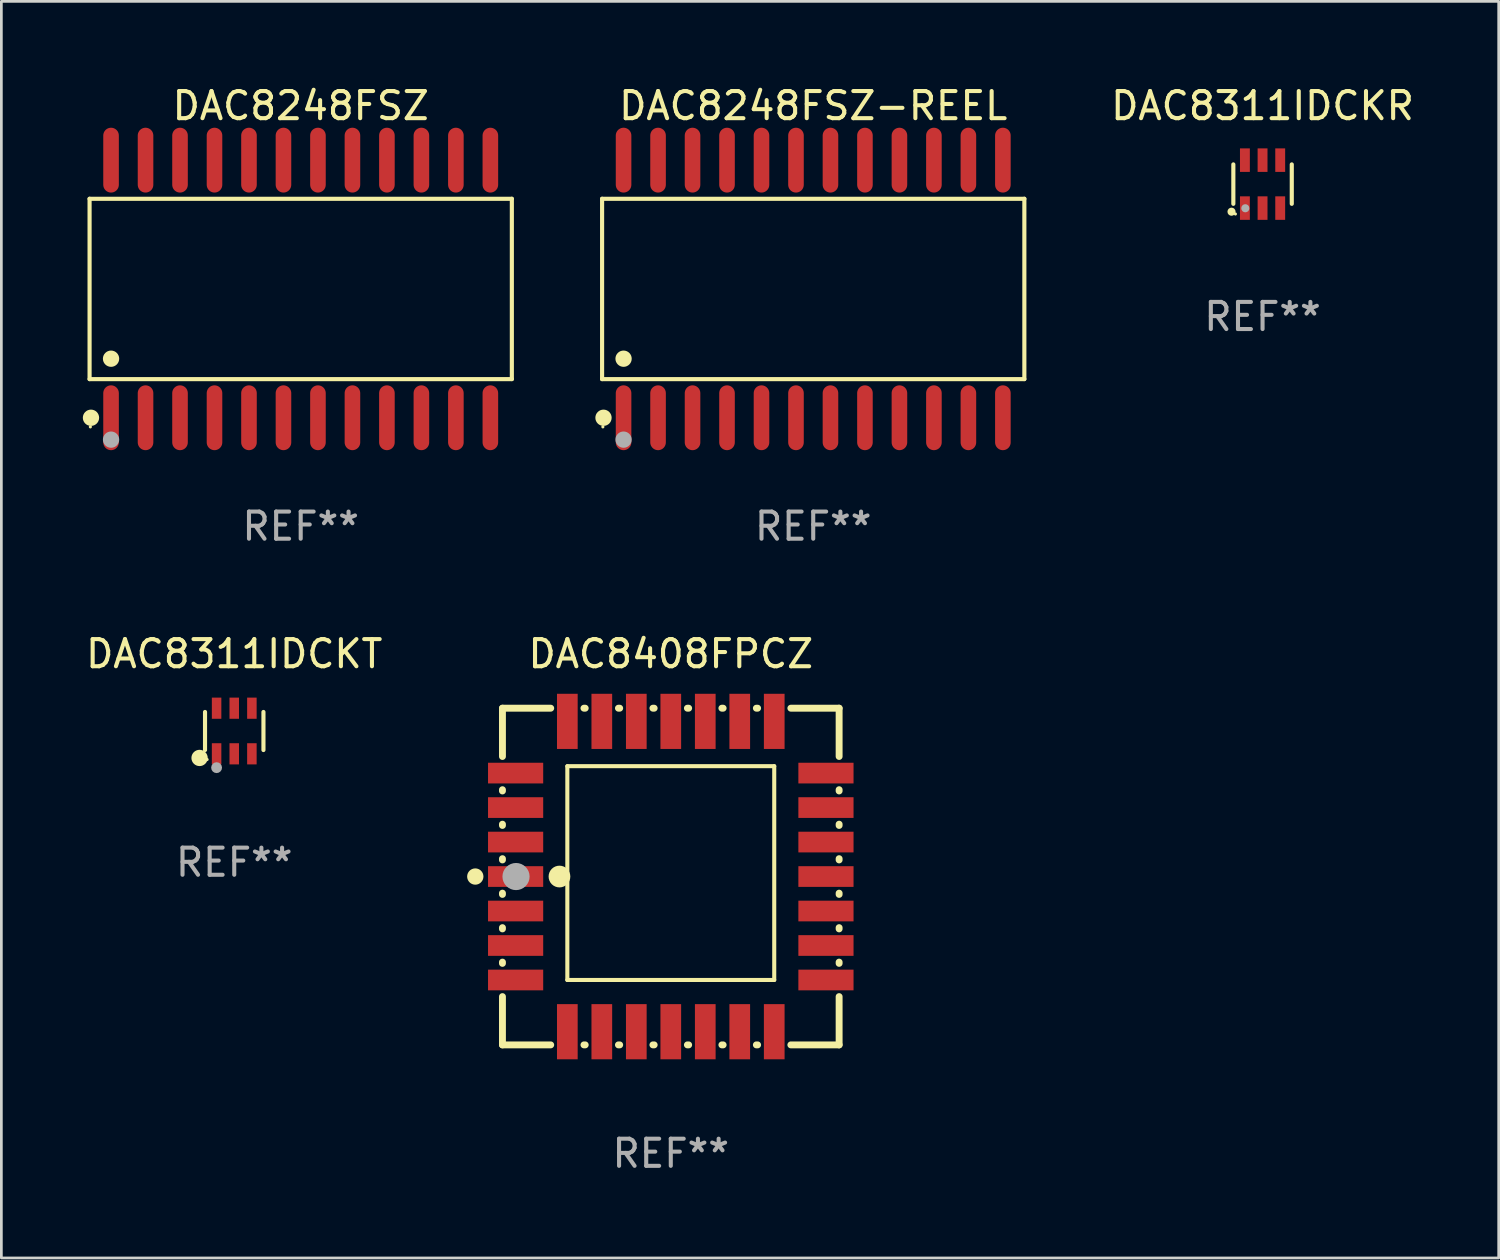
<source format=kicad_pcb>
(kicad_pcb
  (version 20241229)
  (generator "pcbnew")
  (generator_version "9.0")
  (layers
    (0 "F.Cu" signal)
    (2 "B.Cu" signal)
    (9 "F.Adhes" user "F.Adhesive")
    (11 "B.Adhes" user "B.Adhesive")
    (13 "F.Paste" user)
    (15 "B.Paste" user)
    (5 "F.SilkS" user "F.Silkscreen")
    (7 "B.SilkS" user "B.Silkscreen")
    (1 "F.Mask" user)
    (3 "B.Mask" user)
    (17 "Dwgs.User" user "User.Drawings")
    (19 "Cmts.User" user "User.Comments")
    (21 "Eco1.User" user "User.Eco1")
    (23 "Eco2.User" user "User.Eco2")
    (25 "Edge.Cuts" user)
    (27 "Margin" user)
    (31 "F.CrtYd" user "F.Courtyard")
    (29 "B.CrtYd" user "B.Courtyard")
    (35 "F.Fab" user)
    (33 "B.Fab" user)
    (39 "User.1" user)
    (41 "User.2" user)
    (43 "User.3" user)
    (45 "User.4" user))
  (footprint "DAC8248FSZ"
    (layer "F.Cu")
    (at 8.025 7.592)
    (property "Reference" "DAC8248FSZ" (at 0 -6.744 0) (layer "F.SilkS") (effects (font (size 1 1) (thickness 0.15))))
    (attr through_hole)
    (fp_line (start -7.776 -3.321) (end 7.776 -3.321) (stroke (width 0.152) (type solid)) (layer "F.SilkS"))
    (fp_line (start -7.776 3.321) (end -7.776 -3.321) (stroke (width 0.152) (type solid)) (layer "F.SilkS"))
    (fp_line (start 7.776 -3.321) (end 7.776 3.321) (stroke (width 0.152) (type solid)) (layer "F.SilkS"))
    (fp_line (start 7.776 3.321) (end -7.776 3.321) (stroke (width 0.152) (type solid)) (layer "F.SilkS"))
    (fp_circle (center -7.747 5.08) (end -7.717 5.08) (stroke (width 0.06) (type solid)) (fill no) (layer "F.SilkS"))
    (fp_circle (center -7.724 4.744) (end -7.574 4.744) (stroke (width 0.3) (type solid)) (fill no) (layer "F.SilkS"))
    (fp_circle (center -6.985 2.569) (end -6.835 2.569) (stroke (width 0.3) (type solid)) (fill no) (layer "F.SilkS"))
    (fp_circle (center -6.985 5.55) (end -6.835 5.55) (stroke (width 0.3) (type solid)) (fill no) (layer "F.Fab"))
    (fp_text user "REF**" (at 0 8.744 0) (layer "F.Fab") (effects (font (size 1 1) (thickness 0.15))))
    (pad "1" smd oval (at -6.985 4.744) (size 0.574 2.388) (layers "F.Cu" "F.Mask" "F.Paste"))
    (pad "2" smd oval (at -5.715 4.744) (size 0.574 2.388) (layers "F.Cu" "F.Mask" "F.Paste"))
    (pad "3" smd oval (at -4.445 4.744) (size 0.574 2.388) (layers "F.Cu" "F.Mask" "F.Paste"))
    (pad "4" smd oval (at -3.175 4.744) (size 0.574 2.388) (layers "F.Cu" "F.Mask" "F.Paste"))
    (pad "5" smd oval (at -1.905 4.744) (size 0.574 2.388) (layers "F.Cu" "F.Mask" "F.Paste"))
    (pad "6" smd oval (at -0.635 4.744) (size 0.574 2.388) (layers "F.Cu" "F.Mask" "F.Paste"))
    (pad "7" smd oval (at 0.635 4.744) (size 0.574 2.388) (layers "F.Cu" "F.Mask" "F.Paste"))
    (pad "8" smd oval (at 1.905 4.744) (size 0.574 2.388) (layers "F.Cu" "F.Mask" "F.Paste"))
    (pad "9" smd oval (at 3.175 4.744) (size 0.574 2.388) (layers "F.Cu" "F.Mask" "F.Paste"))
    (pad "10" smd oval (at 4.445 4.744) (size 0.574 2.388) (layers "F.Cu" "F.Mask" "F.Paste"))
    (pad "11" smd oval (at 5.715 4.744) (size 0.574 2.388) (layers "F.Cu" "F.Mask" "F.Paste"))
    (pad "12" smd oval (at 6.985 4.744) (size 0.574 2.388) (layers "F.Cu" "F.Mask" "F.Paste"))
    (pad "13" smd oval (at 6.985 -4.744) (size 0.574 2.388) (layers "F.Cu" "F.Mask" "F.Paste"))
    (pad "14" smd oval (at 5.715 -4.744) (size 0.574 2.388) (layers "F.Cu" "F.Mask" "F.Paste"))
    (pad "15" smd oval (at 4.445 -4.744) (size 0.574 2.388) (layers "F.Cu" "F.Mask" "F.Paste"))
    (pad "16" smd oval (at 3.175 -4.744) (size 0.574 2.388) (layers "F.Cu" "F.Mask" "F.Paste"))
    (pad "17" smd oval (at 1.905 -4.744) (size 0.574 2.388) (layers "F.Cu" "F.Mask" "F.Paste"))
    (pad "18" smd oval (at 0.635 -4.744) (size 0.574 2.388) (layers "F.Cu" "F.Mask" "F.Paste"))
    (pad "19" smd oval (at -0.635 -4.744) (size 0.574 2.388) (layers "F.Cu" "F.Mask" "F.Paste"))
    (pad "20" smd oval (at -1.905 -4.744) (size 0.574 2.388) (layers "F.Cu" "F.Mask" "F.Paste"))
    (pad "21" smd oval (at -3.175 -4.744) (size 0.574 2.388) (layers "F.Cu" "F.Mask" "F.Paste"))
    (pad "22" smd oval (at -4.445 -4.744) (size 0.574 2.388) (layers "F.Cu" "F.Mask" "F.Paste"))
    (pad "23" smd oval (at -5.715 -4.744) (size 0.574 2.388) (layers "F.Cu" "F.Mask" "F.Paste"))
    (pad "24" smd oval (at -6.985 -4.744) (size 0.574 2.388) (layers "F.Cu" "F.Mask" "F.Paste")))
  (footprint "DAC8408FPCZ"
    (layer "F.Cu")
    (at 21.655 29.233)
    (property "Reference" "DAC8408FPCZ" (at 0 -8.2 0) (layer "F.SilkS") (effects (font (size 1 1) (thickness 0.15))))
    (attr through_hole)
    (fp_line (start -6.2 -6.2) (end -4.422 -6.2) (stroke (width 0.254) (type solid)) (layer "F.SilkS"))
    (fp_line (start -6.2 -4.422) (end -6.2 -6.2) (stroke (width 0.254) (type solid)) (layer "F.SilkS"))
    (fp_line (start -6.2 -3.152) (end -6.2 -3.198) (stroke (width 0.254) (type solid)) (layer "F.SilkS"))
    (fp_line (start -6.2 -1.882) (end -6.2 -1.928) (stroke (width 0.254) (type solid)) (layer "F.SilkS"))
    (fp_line (start -6.2 -0.612) (end -6.2 -0.658) (stroke (width 0.254) (type solid)) (layer "F.SilkS"))
    (fp_line (start -6.2 0.658) (end -6.2 0.612) (stroke (width 0.254) (type solid)) (layer "F.SilkS"))
    (fp_line (start -6.2 1.928) (end -6.2 1.882) (stroke (width 0.254) (type solid)) (layer "F.SilkS"))
    (fp_line (start -6.2 3.198) (end -6.2 3.152) (stroke (width 0.254) (type solid)) (layer "F.SilkS"))
    (fp_line (start -6.2 6.2) (end -6.2 4.422) (stroke (width 0.254) (type solid)) (layer "F.SilkS"))
    (fp_line (start -4.422 6.2) (end -6.2 6.2) (stroke (width 0.254) (type solid)) (layer "F.SilkS"))
    (fp_line (start -3.81 -4.064) (end 3.81 -4.064) (stroke (width 0.15) (type solid)) (layer "F.SilkS"))
    (fp_line (start -3.81 3.81) (end -3.81 -4.064) (stroke (width 0.15) (type solid)) (layer "F.SilkS"))
    (fp_line (start -3.198 -6.2) (end -3.152 -6.2) (stroke (width 0.254) (type solid)) (layer "F.SilkS"))
    (fp_line (start -3.152 6.2) (end -3.198 6.2) (stroke (width 0.254) (type solid)) (layer "F.SilkS"))
    (fp_line (start -2.54 3.81) (end -3.81 3.81) (stroke (width 0.15) (type solid)) (layer "F.SilkS"))
    (fp_line (start -1.928 -6.2) (end -1.882 -6.2) (stroke (width 0.254) (type solid)) (layer "F.SilkS"))
    (fp_line (start -1.882 6.2) (end -1.928 6.2) (stroke (width 0.254) (type solid)) (layer "F.SilkS"))
    (fp_line (start -0.658 -6.2) (end -0.612 -6.2) (stroke (width 0.254) (type solid)) (layer "F.SilkS"))
    (fp_line (start -0.612 6.2) (end -0.658 6.2) (stroke (width 0.254) (type solid)) (layer "F.SilkS"))
    (fp_line (start 0.612 -6.2) (end 0.658 -6.2) (stroke (width 0.254) (type solid)) (layer "F.SilkS"))
    (fp_line (start 0.658 6.2) (end 0.612 6.2) (stroke (width 0.254) (type solid)) (layer "F.SilkS"))
    (fp_line (start 1.882 -6.2) (end 1.928 -6.2) (stroke (width 0.254) (type solid)) (layer "F.SilkS"))
    (fp_line (start 1.928 6.2) (end 1.882 6.2) (stroke (width 0.254) (type solid)) (layer "F.SilkS"))
    (fp_line (start 3.152 -6.2) (end 3.198 -6.2) (stroke (width 0.254) (type solid)) (layer "F.SilkS"))
    (fp_line (start 3.198 6.2) (end 3.152 6.2) (stroke (width 0.254) (type solid)) (layer "F.SilkS"))
    (fp_line (start 3.81 -4.064) (end 3.81 3.81) (stroke (width 0.15) (type solid)) (layer "F.SilkS"))
    (fp_line (start 3.81 3.81) (end -2.54 3.81) (stroke (width 0.15) (type solid)) (layer "F.SilkS"))
    (fp_line (start 4.422 -6.2) (end 6.2 -6.2) (stroke (width 0.254) (type solid)) (layer "F.SilkS"))
    (fp_line (start 6.2 -6.2) (end 6.2 -4.422) (stroke (width 0.254) (type solid)) (layer "F.SilkS"))
    (fp_line (start 6.2 -3.198) (end 6.2 -3.152) (stroke (width 0.254) (type solid)) (layer "F.SilkS"))
    (fp_line (start 6.2 -1.928) (end 6.2 -1.882) (stroke (width 0.254) (type solid)) (layer "F.SilkS"))
    (fp_line (start 6.2 -0.658) (end 6.2 -0.612) (stroke (width 0.254) (type solid)) (layer "F.SilkS"))
    (fp_line (start 6.2 0.612) (end 6.2 0.658) (stroke (width 0.254) (type solid)) (layer "F.SilkS"))
    (fp_line (start 6.2 1.882) (end 6.2 1.928) (stroke (width 0.254) (type solid)) (layer "F.SilkS"))
    (fp_line (start 6.2 3.152) (end 6.2 3.198) (stroke (width 0.254) (type solid)) (layer "F.SilkS"))
    (fp_line (start 6.2 4.422) (end 6.2 6.2) (stroke (width 0.254) (type solid)) (layer "F.SilkS"))
    (fp_line (start 6.2 6.2) (end 4.422 6.2) (stroke (width 0.254) (type solid)) (layer "F.SilkS"))
    (fp_circle (center -7.2 0) (end -7.05 0) (stroke (width 0.3) (type solid)) (fill no) (layer "F.SilkS"))
    (fp_circle (center -6.223 6.223) (end -6.193 6.223) (stroke (width 0.06) (type solid)) (fill no) (layer "F.SilkS"))
    (fp_circle (center -4.1 0) (end -3.9 0) (stroke (width 0.4) (type solid)) (fill no) (layer "F.SilkS"))
    (fp_circle (center -5.7 0) (end -5.45 0) (stroke (width 0.5) (type solid)) (fill no) (layer "F.Fab"))
    (fp_text user "REF**" (at 0 10.2 0) (layer "F.Fab") (effects (font (size 1 1) (thickness 0.15))))
    (pad "1" smd rect (at -5.715 0) (size 2.032 0.762) (layers "F.Cu" "F.Mask" "F.Paste"))
    (pad "2" smd rect (at -5.715 1.27) (size 2.032 0.762) (layers "F.Cu" "F.Mask" "F.Paste"))
    (pad "3" smd rect (at -5.715 2.54) (size 2.032 0.762) (layers "F.Cu" "F.Mask" "F.Paste"))
    (pad "4" smd rect (at -5.715 3.81) (size 2.032 0.762) (layers "F.Cu" "F.Mask" "F.Paste"))
    (pad "5" smd rect (at -3.81 5.715) (size 0.762 2.032) (layers "F.Cu" "F.Mask" "F.Paste"))
    (pad "6" smd rect (at -2.54 5.715) (size 0.762 2.032) (layers "F.Cu" "F.Mask" "F.Paste"))
    (pad "7" smd rect (at -1.27 5.715) (size 0.762 2.032) (layers "F.Cu" "F.Mask" "F.Paste"))
    (pad "8" smd rect (at 0 5.715) (size 0.762 2.032) (layers "F.Cu" "F.Mask" "F.Paste"))
    (pad "9" smd rect (at 1.27 5.715) (size 0.762 2.032) (layers "F.Cu" "F.Mask" "F.Paste"))
    (pad "10" smd rect (at 2.54 5.715) (size 0.762 2.032) (layers "F.Cu" "F.Mask" "F.Paste"))
    (pad "11" smd rect (at 3.81 5.715) (size 0.762 2.032) (layers "F.Cu" "F.Mask" "F.Paste"))
    (pad "12" smd rect (at 5.715 3.81) (size 2.032 0.762) (layers "F.Cu" "F.Mask" "F.Paste"))
    (pad "13" smd rect (at 5.715 2.54) (size 2.032 0.762) (layers "F.Cu" "F.Mask" "F.Paste"))
    (pad "14" smd rect (at 5.715 1.27) (size 2.032 0.762) (layers "F.Cu" "F.Mask" "F.Paste"))
    (pad "15" smd rect (at 5.715 0) (size 2.032 0.762) (layers "F.Cu" "F.Mask" "F.Paste"))
    (pad "16" smd rect (at 5.715 -1.27) (size 2.032 0.762) (layers "F.Cu" "F.Mask" "F.Paste"))
    (pad "17" smd rect (at 5.715 -2.54) (size 2.032 0.762) (layers "F.Cu" "F.Mask" "F.Paste"))
    (pad "18" smd rect (at 5.715 -3.81) (size 2.032 0.762) (layers "F.Cu" "F.Mask" "F.Paste"))
    (pad "19" smd rect (at 3.81 -5.715) (size 0.762 2.032) (layers "F.Cu" "F.Mask" "F.Paste"))
    (pad "20" smd rect (at 2.54 -5.715) (size 0.762 2.032) (layers "F.Cu" "F.Mask" "F.Paste"))
    (pad "21" smd rect (at 1.27 -5.715) (size 0.762 2.032) (layers "F.Cu" "F.Mask" "F.Paste"))
    (pad "22" smd rect (at 0 -5.715) (size 0.762 2.032) (layers "F.Cu" "F.Mask" "F.Paste"))
    (pad "23" smd rect (at -1.27 -5.715) (size 0.762 2.032) (layers "F.Cu" "F.Mask" "F.Paste"))
    (pad "24" smd rect (at -2.54 -5.715) (size 0.762 2.032) (layers "F.Cu" "F.Mask" "F.Paste"))
    (pad "25" smd rect (at -3.81 -5.715) (size 0.762 2.032) (layers "F.Cu" "F.Mask" "F.Paste"))
    (pad "26" smd rect (at -5.715 -3.81) (size 2.032 0.762) (layers "F.Cu" "F.Mask" "F.Paste"))
    (pad "27" smd rect (at -5.715 -2.54) (size 2.032 0.762) (layers "F.Cu" "F.Mask" "F.Paste"))
    (pad "28" smd rect (at -5.715 -1.27) (size 2.032 0.762) (layers "F.Cu" "F.Mask" "F.Paste")))
  (footprint "DAC8248FSZ-REEL"
    (layer "F.Cu")
    (at 26.901 7.592)
    (property "Reference" "DAC8248FSZ-REEL" (at 0 -6.744 0) (layer "F.SilkS") (effects (font (size 1 1) (thickness 0.15))))
    (attr through_hole)
    (fp_line (start -7.776 -3.321) (end 7.776 -3.321) (stroke (width 0.152) (type solid)) (layer "F.SilkS"))
    (fp_line (start -7.776 3.321) (end -7.776 -3.321) (stroke (width 0.152) (type solid)) (layer "F.SilkS"))
    (fp_line (start 7.776 -3.321) (end 7.776 3.321) (stroke (width 0.152) (type solid)) (layer "F.SilkS"))
    (fp_line (start 7.776 3.321) (end -7.776 3.321) (stroke (width 0.152) (type solid)) (layer "F.SilkS"))
    (fp_circle (center -7.747 5.08) (end -7.717 5.08) (stroke (width 0.06) (type solid)) (fill no) (layer "F.SilkS"))
    (fp_circle (center -7.724 4.744) (end -7.574 4.744) (stroke (width 0.3) (type solid)) (fill no) (layer "F.SilkS"))
    (fp_circle (center -6.985 2.569) (end -6.835 2.569) (stroke (width 0.3) (type solid)) (fill no) (layer "F.SilkS"))
    (fp_circle (center -6.985 5.55) (end -6.835 5.55) (stroke (width 0.3) (type solid)) (fill no) (layer "F.Fab"))
    (fp_text user "REF**" (at 0 8.744 0) (layer "F.Fab") (effects (font (size 1 1) (thickness 0.15))))
    (pad "1" smd oval (at -6.985 4.744) (size 0.574 2.388) (layers "F.Cu" "F.Mask" "F.Paste"))
    (pad "2" smd oval (at -5.715 4.744) (size 0.574 2.388) (layers "F.Cu" "F.Mask" "F.Paste"))
    (pad "3" smd oval (at -4.445 4.744) (size 0.574 2.388) (layers "F.Cu" "F.Mask" "F.Paste"))
    (pad "4" smd oval (at -3.175 4.744) (size 0.574 2.388) (layers "F.Cu" "F.Mask" "F.Paste"))
    (pad "5" smd oval (at -1.905 4.744) (size 0.574 2.388) (layers "F.Cu" "F.Mask" "F.Paste"))
    (pad "6" smd oval (at -0.635 4.744) (size 0.574 2.388) (layers "F.Cu" "F.Mask" "F.Paste"))
    (pad "7" smd oval (at 0.635 4.744) (size 0.574 2.388) (layers "F.Cu" "F.Mask" "F.Paste"))
    (pad "8" smd oval (at 1.905 4.744) (size 0.574 2.388) (layers "F.Cu" "F.Mask" "F.Paste"))
    (pad "9" smd oval (at 3.175 4.744) (size 0.574 2.388) (layers "F.Cu" "F.Mask" "F.Paste"))
    (pad "10" smd oval (at 4.445 4.744) (size 0.574 2.388) (layers "F.Cu" "F.Mask" "F.Paste"))
    (pad "11" smd oval (at 5.715 4.744) (size 0.574 2.388) (layers "F.Cu" "F.Mask" "F.Paste"))
    (pad "12" smd oval (at 6.985 4.744) (size 0.574 2.388) (layers "F.Cu" "F.Mask" "F.Paste"))
    (pad "13" smd oval (at 6.985 -4.744) (size 0.574 2.388) (layers "F.Cu" "F.Mask" "F.Paste"))
    (pad "14" smd oval (at 5.715 -4.744) (size 0.574 2.388) (layers "F.Cu" "F.Mask" "F.Paste"))
    (pad "15" smd oval (at 4.445 -4.744) (size 0.574 2.388) (layers "F.Cu" "F.Mask" "F.Paste"))
    (pad "16" smd oval (at 3.175 -4.744) (size 0.574 2.388) (layers "F.Cu" "F.Mask" "F.Paste"))
    (pad "17" smd oval (at 1.905 -4.744) (size 0.574 2.388) (layers "F.Cu" "F.Mask" "F.Paste"))
    (pad "18" smd oval (at 0.635 -4.744) (size 0.574 2.388) (layers "F.Cu" "F.Mask" "F.Paste"))
    (pad "19" smd oval (at -0.635 -4.744) (size 0.574 2.388) (layers "F.Cu" "F.Mask" "F.Paste"))
    (pad "20" smd oval (at -1.905 -4.744) (size 0.574 2.388) (layers "F.Cu" "F.Mask" "F.Paste"))
    (pad "21" smd oval (at -3.175 -4.744) (size 0.574 2.388) (layers "F.Cu" "F.Mask" "F.Paste"))
    (pad "22" smd oval (at -4.445 -4.744) (size 0.574 2.388) (layers "F.Cu" "F.Mask" "F.Paste"))
    (pad "23" smd oval (at -5.715 -4.744) (size 0.574 2.388) (layers "F.Cu" "F.Mask" "F.Paste"))
    (pad "24" smd oval (at -6.985 -4.744) (size 0.574 2.388) (layers "F.Cu" "F.Mask" "F.Paste")))
  (footprint "DAC8311IDCKR"
    (layer "F.Cu")
    (at 43.45 3.731)
    (property "Reference" "DAC8311IDCKR" (at 0 -2.883 0) (layer "F.SilkS") (effects (font (size 1 1) (thickness 0.15))))
    (attr through_hole)
    (fp_line (start -1.076 0.726) (end -1.076 -0.726) (stroke (width 0.152) (type solid)) (layer "F.SilkS"))
    (fp_line (start 1.076 0.726) (end 1.076 -0.726) (stroke (width 0.152) (type solid)) (layer "F.SilkS"))
    (fp_circle (center -1.143 1.016) (end -1.068 1.016) (stroke (width 0.15) (type solid)) (fill no) (layer "F.SilkS"))
    (fp_circle (center -1 1.1) (end -0.97 1.1) (stroke (width 0.06) (type solid)) (fill no) (layer "F.SilkS"))
    (fp_circle (center -0.635 0.889) (end -0.56 0.889) (stroke (width 0.15) (type solid)) (fill no) (layer "F.Fab"))
    (fp_text user "REF**" (at 0 4.883 0) (layer "F.Fab") (effects (font (size 1 1) (thickness 0.15))))
    (pad "1" smd rect (at -0.65 0.883) (size 0.364 0.866) (layers "F.Cu" "F.Mask" "F.Paste"))
    (pad "2" smd rect (at 0 0.883) (size 0.364 0.866) (layers "F.Cu" "F.Mask" "F.Paste"))
    (pad "3" smd rect (at 0.65 0.883) (size 0.364 0.866) (layers "F.Cu" "F.Mask" "F.Paste"))
    (pad "4" smd rect (at 0.65 -0.883) (size 0.364 0.866) (layers "F.Cu" "F.Mask" "F.Paste"))
    (pad "5" smd rect (at 0 -0.883) (size 0.364 0.866) (layers "F.Cu" "F.Mask" "F.Paste"))
    (pad "6" smd rect (at -0.65 -0.883) (size 0.364 0.866) (layers "F.Cu" "F.Mask" "F.Paste")))
  (footprint "DAC8311IDCKT"
    (layer "F.Cu")
    (at 5.577 23.873)
    (property "Reference" "DAC8311IDCKT" (at 0 -2.84 0) (layer "F.SilkS") (effects (font (size 1 1) (thickness 0.15))))
    (attr through_hole)
    (fp_line (start -1.076 0.701) (end -1.076 -0.701) (stroke (width 0.152) (type solid)) (layer "F.SilkS"))
    (fp_line (start 1.076 0.701) (end 1.076 -0.701) (stroke (width 0.152) (type solid)) (layer "F.SilkS"))
    (fp_circle (center -1.277 0.992) (end -1.127 0.992) (stroke (width 0.3) (type solid)) (fill no) (layer "F.SilkS"))
    (fp_circle (center -1 1.05) (end -0.97 1.05) (stroke (width 0.06) (type solid)) (fill no) (layer "F.SilkS"))
    (fp_circle (center -0.65 1.35) (end -0.55 1.35) (stroke (width 0.2) (type solid)) (fill no) (layer "F.Fab"))
    (fp_text user "REF**" (at 0 4.84 0) (layer "F.Fab") (effects (font (size 1 1) (thickness 0.15))))
    (pad "1" smd rect (at -0.65 0.84) (size 0.35 0.78) (layers "F.Cu" "F.Mask" "F.Paste"))
    (pad "2" smd rect (at 0 0.84) (size 0.35 0.78) (layers "F.Cu" "F.Mask" "F.Paste"))
    (pad "3" smd rect (at 0.65 0.84) (size 0.35 0.78) (layers "F.Cu" "F.Mask" "F.Paste"))
    (pad "4" smd rect (at 0.65 -0.84) (size 0.35 0.78) (layers "F.Cu" "F.Mask" "F.Paste"))
    (pad "5" smd rect (at 0 -0.84) (size 0.35 0.78) (layers "F.Cu" "F.Mask" "F.Paste"))
    (pad "6" smd rect (at -0.65 -0.84) (size 0.35 0.78) (layers "F.Cu" "F.Mask" "F.Paste")))
  (gr_rect
    (start -3 -3)
    (end 52.147 43.281)
    (stroke (width 0.1) (type default))
    (fill no)
    (layer "Edge.Cuts")))
</source>
